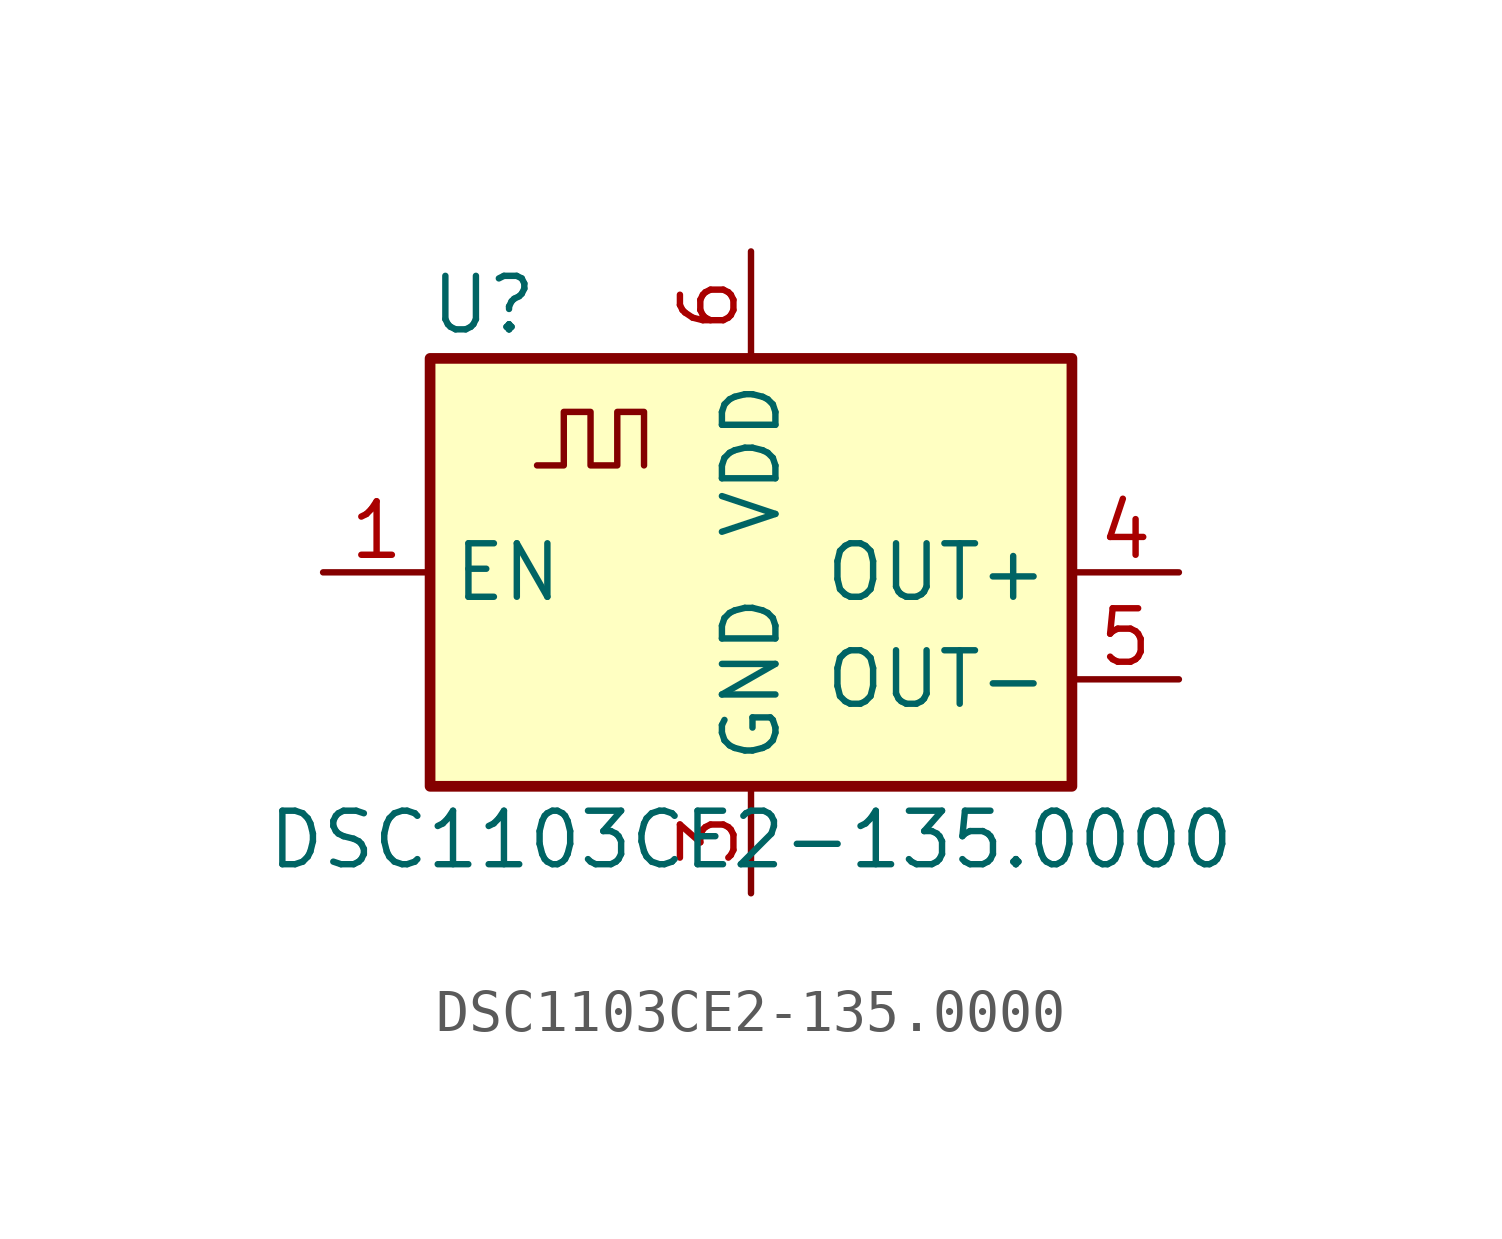
<source format=kicad_sym>
(kicad_symbol_lib
  (version 20201005)
  (generator kicad_symbol_editor)
  (symbol "Microchip:DSC1103CE2-135.0000"
    (property "Reference" "U"
      (at -6.35 6.35 0)
      (effects (font (size 1.27 1.27))))
    (property "Value" "DSC1103CE2-135.0000"
      (at 0 -6.35 0)
      (effects (font (size 1.27 1.27))))
    (symbol "DSC1103CE2-135.0000_0_1"
      (rectangle (start -7.62 5.08) (end 7.62 -5.08) (stroke (width 0.254)) (fill (type background)))
      (polyline (pts (xy -5.08 2.54) (xy -4.445 2.54) (xy -4.445 3.81) (xy -3.81 3.81) (xy -3.81 2.54) (xy -3.175 2.54) (xy -3.175 3.81) (xy -2.54 3.81) (xy -2.54 2.54)) (stroke (width 0)) (fill (type none))))
    (symbol "DSC1103CE2-135.0000_1_1"
      (pin input line (at -10.16 0 0) (length 2.54) (name "EN" (effects (font (size 1.27 1.27)))) (number "1" (effects (font (size 1.27 1.27)))))
      (pin no_connect line (at -10.16 -2.54 0) (length 2.54) hide (name "NC" (effects (font (size 1.27 1.27)))) (number "2" (effects (font (size 1.27 1.27)))))
      (pin power_in line (at 0 -7.62 90) (length 2.54) (name "GND" (effects (font (size 1.27 1.27)))) (number "3" (effects (font (size 1.27 1.27)))))
      (pin output line (at 10.16 0 180) (length 2.54) (name "OUT+" (effects (font (size 1.27 1.27)))) (number "4" (effects (font (size 1.27 1.27)))))
      (pin output line (at 10.16 -2.54 180) (length 2.54) (name "OUT-" (effects (font (size 1.27 1.27)))) (number "5" (effects (font (size 1.27 1.27)))))
      (pin power_in line (at 0 7.62 270) (length 2.54) (name "VDD" (effects (font (size 1.27 1.27)))) (number "6" (effects (font (size 1.27 1.27))))))))
</source>
